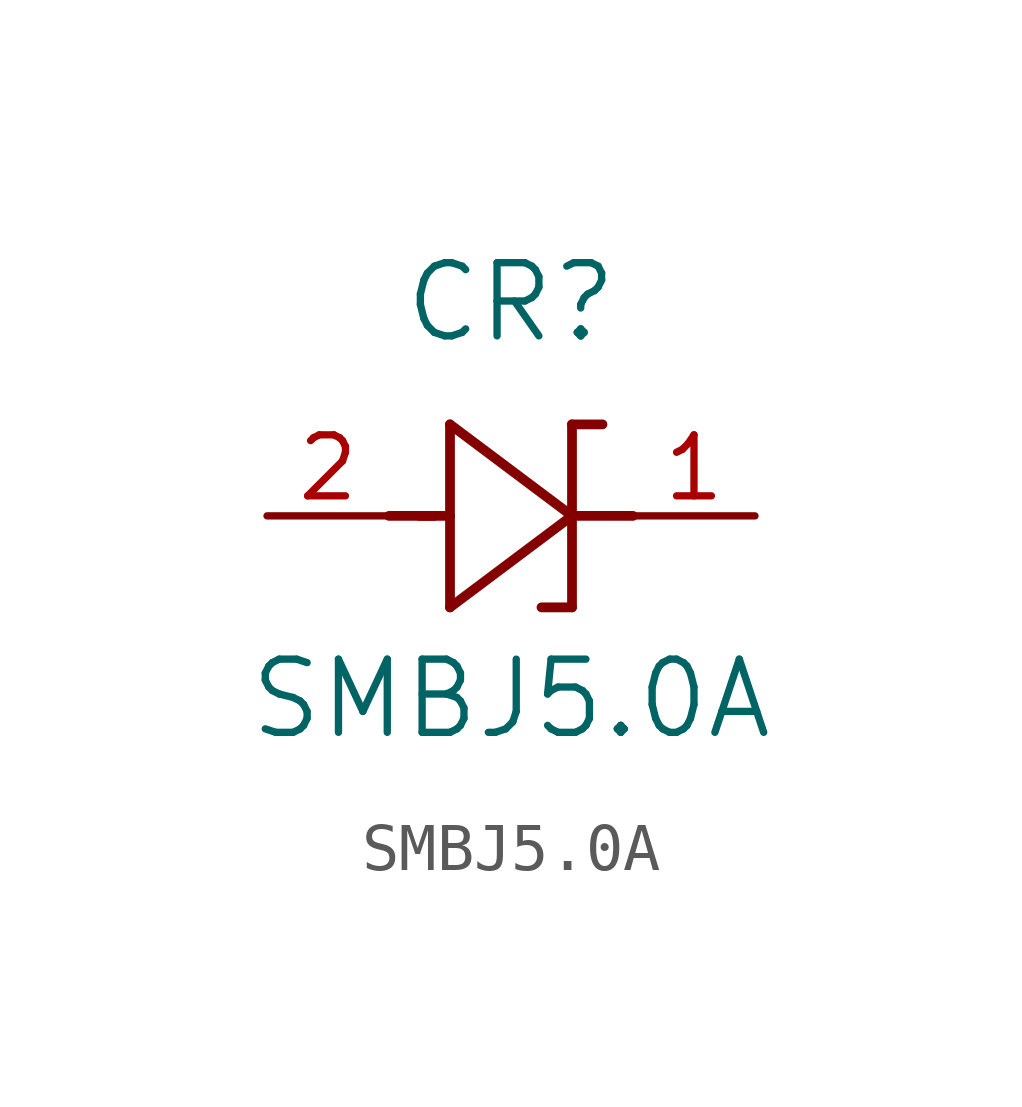
<source format=kicad_sym>
(kicad_symbol_lib
  (version 20211014)
  (generator kicad_symbol_editor)
  (symbol "SMBJ5.0A"
    (pin_names
      (offset 0.254))
    (property "Reference" "CR"
      (at 5.08 4.445 0)
      (effects (font (size 1.524 1.524))))
    (property "Value" "SMBJ5.0A"
      (at 5.08 -3.81 0)
      (effects (font (size 1.524 1.524))))
    (symbol "SMBJ5.0A_0_1"
      (polyline (pts (xy 2.54 0) (xy 3.48 0)) (stroke (width 0.203) (type default) (color 0 0 0 0)) (fill (type none)))
      (polyline (pts (xy 3.175 0) (xy 3.81 0)) (stroke (width 0.203) (type default) (color 0 0 0 0)) (fill (type none)))
      (polyline (pts (xy 3.81 -1.905) (xy 6.35 0)) (stroke (width 0.203) (type default) (color 0 0 0 0)) (fill (type none)))
      (polyline (pts (xy 6.35 -1.905) (xy 5.715 -1.905)) (stroke (width 0.203) (type default) (color 0 0 0 0)) (fill (type none)))
      (polyline (pts (xy 6.35 1.905) (xy 6.985 1.905)) (stroke (width 0.203) (type default) (color 0 0 0 0)) (fill (type none)))
      (polyline (pts (xy 3.81 1.905) (xy 3.81 -1.905)) (stroke (width 0.203) (type default) (color 0 0 0 0)) (fill (type none)))
      (polyline (pts (xy 6.35 -1.905) (xy 6.35 1.905)) (stroke (width 0.203) (type default) (color 0 0 0 0)) (fill (type none)))
      (polyline (pts (xy 6.35 0) (xy 3.81 1.905)) (stroke (width 0.203) (type default) (color 0 0 0 0)) (fill (type none)))
      (polyline (pts (xy 6.35 0) (xy 7.62 0)) (stroke (width 0.203) (type default) (color 0 0 0 0)) (fill (type none)))
      (pin unspecified line (at 10.16 0 180) (length 2.54) (name "" (effects (font (size 1.27 1.27)))) (number "1" (effects (font (size 1.27 1.27)))))
      (pin unspecified line (at 0 0 0) (length 2.54) (name "" (effects (font (size 1.27 1.27)))) (number "2" (effects (font (size 1.27 1.27))))))))
</source>
